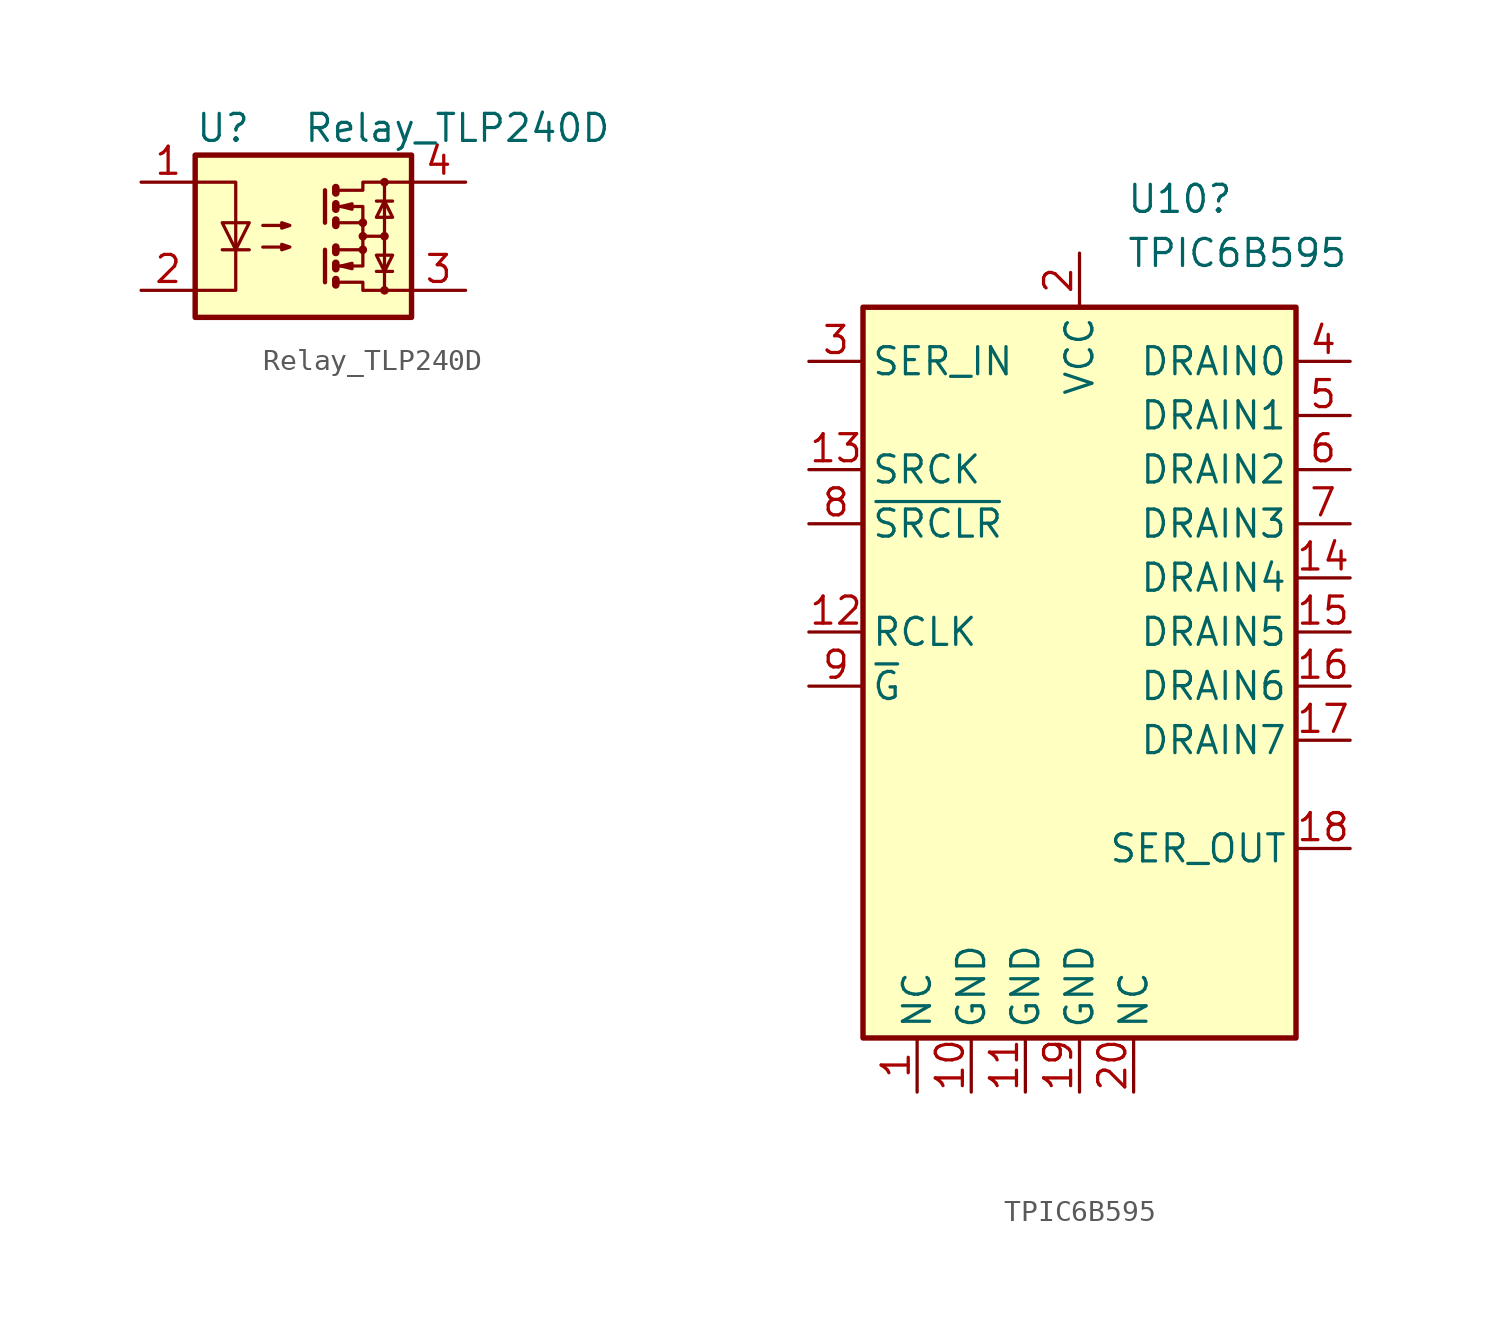
<source format=kicad_sym>
(kicad_symbol_lib
  (version 20231120)
  (generator "kicad_symbol_editor")
  (generator_version "8.0")
  (symbol "Relay_TLP240D"
    (property "Reference" "U"
      (at -5.08 5.08 0)
      (effects (font (size 1.27 1.27)) (justify left)))
    (property "Value" "Relay_TLP240D"
      (at 0 5.08 0)
      (effects (font (size 1.27 1.27)) (justify left)))
    (symbol "Relay_TLP240D_0_1"
      (rectangle (start -5.08 3.81) (end 5.08 -3.81) (stroke (width 0.254) (type default)) (fill (type background)))
      (polyline (pts (xy -3.81 -0.635) (xy -2.54 -0.635)) (stroke (width 0) (type default)) (fill (type none)))
      (polyline (pts (xy 1.016 -0.635) (xy 1.016 -2.159)) (stroke (width 0.203) (type default)) (fill (type none)))
      (polyline (pts (xy 1.016 2.159) (xy 1.016 0.635)) (stroke (width 0.203) (type default)) (fill (type none)))
      (polyline (pts (xy 1.524 -0.508) (xy 1.524 -0.762)) (stroke (width 0.356) (type default)) (fill (type none)))
      (polyline (pts (xy 2.794 0) (xy 3.81 0)) (stroke (width 0) (type default)) (fill (type none)))
      (polyline (pts (xy 3.429 -1.651) (xy 4.191 -1.651)) (stroke (width 0) (type default)) (fill (type none)))
      (polyline (pts (xy 3.429 1.651) (xy 4.191 1.651)) (stroke (width 0) (type default)) (fill (type none)))
      (polyline (pts (xy 3.81 -2.54) (xy 3.81 2.54)) (stroke (width 0) (type default)) (fill (type none)))
      (polyline (pts (xy 1.524 -2.032) (xy 1.524 -2.286) (xy 1.524 -2.286)) (stroke (width 0.356) (type default)) (fill (type none)))
      (polyline (pts (xy 1.524 -1.27) (xy 1.524 -1.524) (xy 1.524 -1.524)) (stroke (width 0.356) (type default)) (fill (type none)))
      (polyline (pts (xy 1.524 0.762) (xy 1.524 0.508) (xy 1.524 0.508)) (stroke (width 0.356) (type default)) (fill (type none)))
      (polyline (pts (xy 1.524 1.524) (xy 1.524 1.27) (xy 1.524 1.27)) (stroke (width 0.356) (type default)) (fill (type none)))
      (polyline (pts (xy 1.524 2.286) (xy 1.524 2.032) (xy 1.524 2.032)) (stroke (width 0.356) (type default)) (fill (type none)))
      (polyline (pts (xy 1.651 -1.397) (xy 2.794 -1.397) (xy 2.794 -0.635)) (stroke (width 0) (type default)) (fill (type none)))
      (polyline (pts (xy 1.651 1.397) (xy 2.794 1.397) (xy 2.794 0.635)) (stroke (width 0) (type default)) (fill (type none)))
      (polyline (pts (xy -5.08 2.54) (xy -3.175 2.54) (xy -3.175 -2.54) (xy -5.08 -2.54)) (stroke (width 0) (type default)) (fill (type none)))
      (polyline (pts (xy -3.175 -0.635) (xy -3.81 0.635) (xy -2.54 0.635) (xy -3.175 -0.635)) (stroke (width 0) (type default)) (fill (type none)))
      (polyline (pts (xy 1.651 -2.159) (xy 2.794 -2.159) (xy 2.794 -2.54) (xy 5.08 -2.54)) (stroke (width 0) (type default)) (fill (type none)))
      (polyline (pts (xy 1.651 -0.635) (xy 2.794 -0.635) (xy 2.794 0.635) (xy 1.651 0.635)) (stroke (width 0) (type default)) (fill (type none)))
      (polyline (pts (xy 1.651 2.159) (xy 2.794 2.159) (xy 2.794 2.54) (xy 5.08 2.54)) (stroke (width 0) (type default)) (fill (type none)))
      (polyline (pts (xy 1.778 -1.397) (xy 2.286 -1.27) (xy 2.286 -1.524) (xy 1.778 -1.397)) (stroke (width 0) (type default)) (fill (type none)))
      (polyline (pts (xy 1.778 1.397) (xy 2.286 1.524) (xy 2.286 1.27) (xy 1.778 1.397)) (stroke (width 0) (type default)) (fill (type none)))
      (polyline (pts (xy 3.81 -1.651) (xy 3.429 -0.889) (xy 4.191 -0.889) (xy 3.81 -1.651)) (stroke (width 0) (type default)) (fill (type none)))
      (polyline (pts (xy 3.81 1.651) (xy 3.429 0.889) (xy 4.191 0.889) (xy 3.81 1.651)) (stroke (width 0) (type default)) (fill (type none)))
      (polyline (pts (xy -1.905 -0.508) (xy -0.635 -0.508) (xy -1.016 -0.635) (xy -1.016 -0.381) (xy -0.635 -0.508)) (stroke (width 0) (type default)) (fill (type none)))
      (polyline (pts (xy -1.905 0.508) (xy -0.635 0.508) (xy -1.016 0.381) (xy -1.016 0.635) (xy -0.635 0.508)) (stroke (width 0) (type default)) (fill (type none)))
      (circle (center 2.794 -0.635) (radius 0.127) (stroke (width 0) (type default)) (fill (type none)))
      (circle (center 2.794 0) (radius 0.127) (stroke (width 0) (type default)) (fill (type none)))
      (circle (center 2.794 0.635) (radius 0.127) (stroke (width 0) (type default)) (fill (type none)))
      (circle (center 3.81 -2.54) (radius 0.127) (stroke (width 0) (type default)) (fill (type none)))
      (circle (center 3.81 0) (radius 0.127) (stroke (width 0) (type default)) (fill (type none)))
      (circle (center 3.81 2.54) (radius 0.127) (stroke (width 0) (type default)) (fill (type none))))
    (symbol "Relay_TLP240D_1_1"
      (pin passive line (at -7.62 2.54 0) (length 2.54) (name "~" (effects (font (size 1.27 1.27)))) (number "1" (effects (font (size 1.27 1.27)))))
      (pin passive line (at -7.62 -2.54 0) (length 2.54) (name "~" (effects (font (size 1.27 1.27)))) (number "2" (effects (font (size 1.27 1.27)))))
      (pin passive line (at 7.62 -2.54 180) (length 2.54) (name "~" (effects (font (size 1.27 1.27)))) (number "3" (effects (font (size 1.27 1.27)))))
      (pin passive line (at 7.62 2.54 180) (length 2.54) (name "~" (effects (font (size 1.27 1.27)))) (number "4" (effects (font (size 1.27 1.27)))))))
  (symbol "TPIC6B595"
    (pin_names
      (offset 0.381))
    (property "Reference" "U10"
      (at 2.194 17.78 0)
      (effects (font (size 1.27 1.27)) (justify left)))
    (property "Value" "TPIC6B595"
      (at 2.194 15.24 0)
      (effects (font (size 1.27 1.27)) (justify left)))
    (symbol "TPIC6B595_0_1"
      (rectangle (start -10.16 12.7) (end 10.16 -21.59) (stroke (width 0.254) (type default)) (fill (type background))))
    (symbol "TPIC6B595_1_1"
      (pin passive line (at -7.62 -24.13 90) (length 2.54) (name "NC" (effects (font (size 1.27 1.27)))) (number "1" (effects (font (size 1.27 1.27)))))
      (pin power_in line (at -5.08 -24.13 90) (length 2.54) (name "GND" (effects (font (size 1.27 1.27)))) (number "10" (effects (font (size 1.27 1.27)))))
      (pin power_in line (at -2.54 -24.13 90) (length 2.54) (name "GND" (effects (font (size 1.27 1.27)))) (number "11" (effects (font (size 1.27 1.27)))))
      (pin input line (at -12.7 -2.54 0) (length 2.54) (name "RCLK" (effects (font (size 1.27 1.27)))) (number "12" (effects (font (size 1.27 1.27)))))
      (pin input line (at -12.7 5.08 0) (length 2.54) (name "SRCK" (effects (font (size 1.27 1.27)))) (number "13" (effects (font (size 1.27 1.27)))))
      (pin open_collector line (at 12.7 0 180) (length 2.54) (name "DRAIN4" (effects (font (size 1.27 1.27)))) (number "14" (effects (font (size 1.27 1.27)))))
      (pin open_collector line (at 12.7 -2.54 180) (length 2.54) (name "DRAIN5" (effects (font (size 1.27 1.27)))) (number "15" (effects (font (size 1.27 1.27)))))
      (pin open_collector line (at 12.7 -5.08 180) (length 2.54) (name "DRAIN6" (effects (font (size 1.27 1.27)))) (number "16" (effects (font (size 1.27 1.27)))))
      (pin open_collector line (at 12.7 -7.62 180) (length 2.54) (name "DRAIN7" (effects (font (size 1.27 1.27)))) (number "17" (effects (font (size 1.27 1.27)))))
      (pin output line (at 12.7 -12.7 180) (length 2.54) (name "SER_OUT" (effects (font (size 1.27 1.27)))) (number "18" (effects (font (size 1.27 1.27)))))
      (pin power_in line (at 0 -24.13 90) (length 2.54) (name "GND" (effects (font (size 1.27 1.27)))) (number "19" (effects (font (size 1.27 1.27)))))
      (pin power_in line (at 0 15.24 270) (length 2.54) (name "VCC" (effects (font (size 1.27 1.27)))) (number "2" (effects (font (size 1.27 1.27)))))
      (pin passive line (at 2.54 -24.13 90) (length 2.54) (name "NC" (effects (font (size 1.27 1.27)))) (number "20" (effects (font (size 1.27 1.27)))))
      (pin input line (at -12.7 10.16 0) (length 2.54) (name "SER_IN" (effects (font (size 1.27 1.27)))) (number "3" (effects (font (size 1.27 1.27)))))
      (pin open_collector line (at 12.7 10.16 180) (length 2.54) (name "DRAIN0" (effects (font (size 1.27 1.27)))) (number "4" (effects (font (size 1.27 1.27)))))
      (pin open_collector line (at 12.7 7.62 180) (length 2.54) (name "DRAIN1" (effects (font (size 1.27 1.27)))) (number "5" (effects (font (size 1.27 1.27)))))
      (pin open_collector line (at 12.7 5.08 180) (length 2.54) (name "DRAIN2" (effects (font (size 1.27 1.27)))) (number "6" (effects (font (size 1.27 1.27)))))
      (pin open_collector line (at 12.7 2.54 180) (length 2.54) (name "DRAIN3" (effects (font (size 1.27 1.27)))) (number "7" (effects (font (size 1.27 1.27)))))
      (pin input line (at -12.7 2.54 0) (length 2.54) (name "~{SRCLR}" (effects (font (size 1.27 1.27)))) (number "8" (effects (font (size 1.27 1.27)))))
      (pin input line (at -12.7 -5.08 0) (length 2.54) (name "~{G}" (effects (font (size 1.27 1.27)))) (number "9" (effects (font (size 1.27 1.27))))))))
</source>
